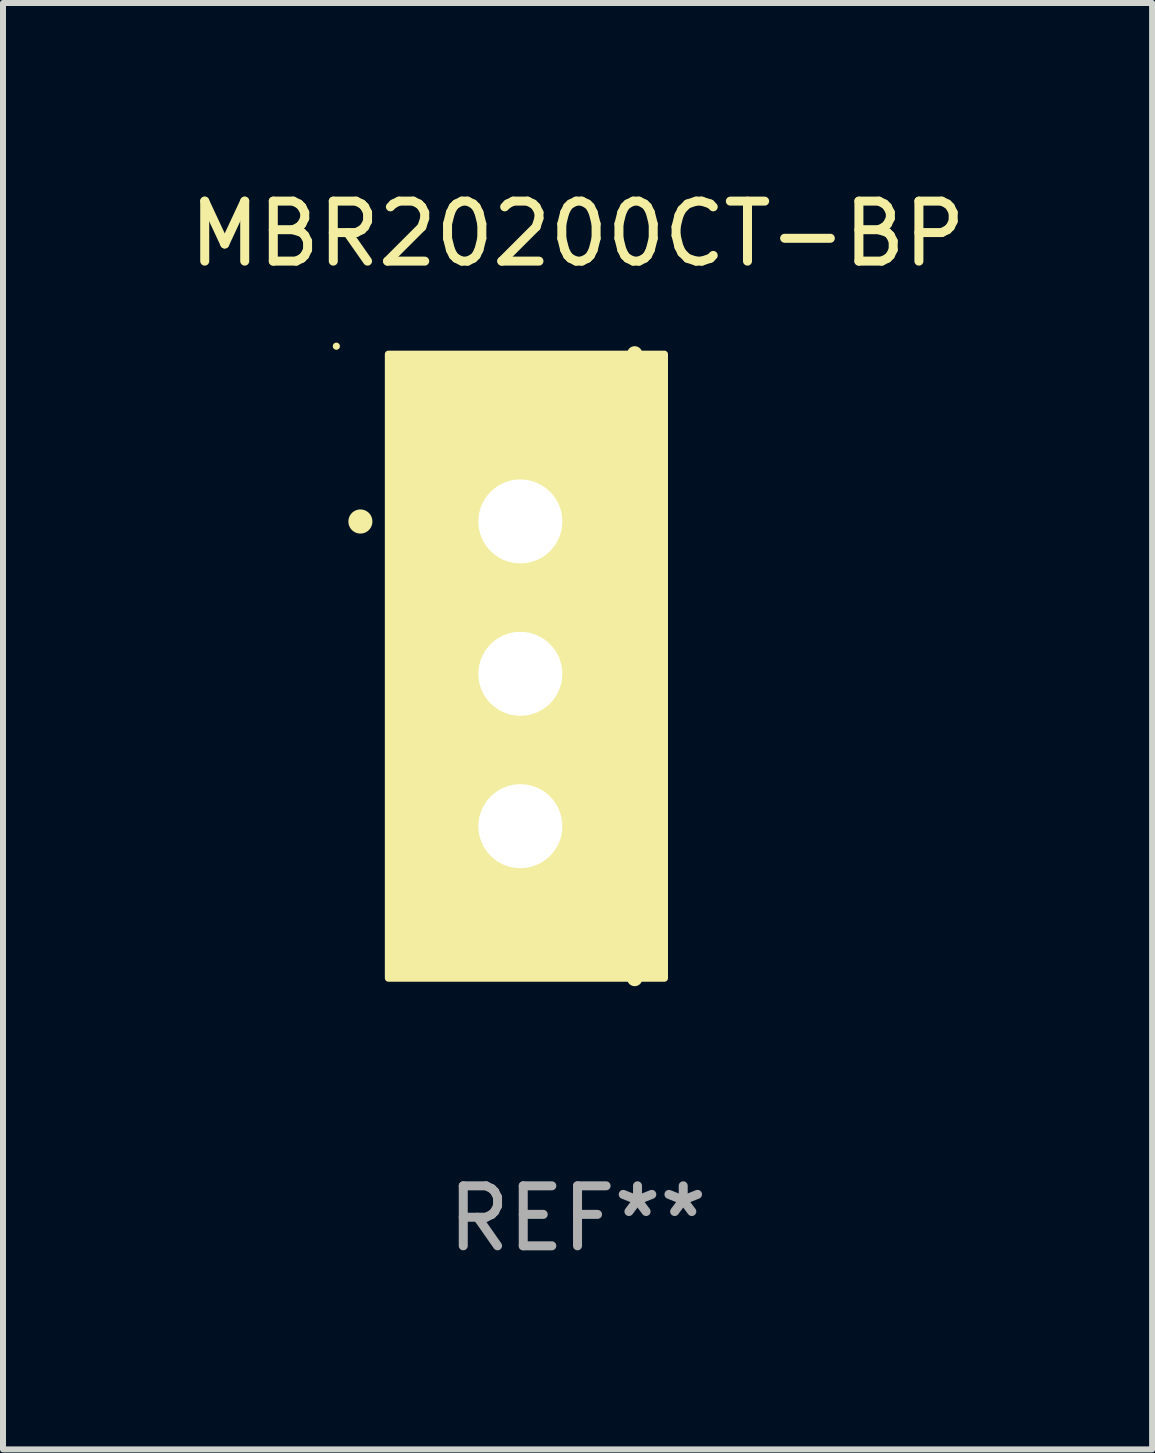
<source format=kicad_pcb>
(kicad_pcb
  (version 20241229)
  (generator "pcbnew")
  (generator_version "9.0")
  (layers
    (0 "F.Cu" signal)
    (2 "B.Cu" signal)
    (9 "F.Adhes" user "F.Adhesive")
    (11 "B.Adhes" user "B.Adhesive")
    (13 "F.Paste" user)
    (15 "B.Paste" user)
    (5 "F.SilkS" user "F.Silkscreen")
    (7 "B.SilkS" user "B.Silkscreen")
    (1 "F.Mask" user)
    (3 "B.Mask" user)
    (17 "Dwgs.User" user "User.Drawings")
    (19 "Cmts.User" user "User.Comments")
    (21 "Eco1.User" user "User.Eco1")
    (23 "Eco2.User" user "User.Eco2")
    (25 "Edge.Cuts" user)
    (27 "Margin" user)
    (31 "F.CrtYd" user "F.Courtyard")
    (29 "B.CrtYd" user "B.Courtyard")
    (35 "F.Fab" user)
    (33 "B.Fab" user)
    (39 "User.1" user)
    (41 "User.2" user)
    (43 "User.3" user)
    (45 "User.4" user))
  (footprint "MBR20200CT-BP"
    (layer "F.Cu")
    (at 6.577 8.055)
    (property "Reference" "MBR20200CT-BP" (at 0 -7.207 0) (layer "F.SilkS") (effects (font (size 1 1) (thickness 0.15))))
    (attr through_hole)
    (fp_line (start 0.953 5.207) (end 0.953 -5.207) (stroke (width 0.254) (type solid)) (layer "F.SilkS"))
    (fp_arc (start -3.619507 -2.410465) (mid -3.619511 -2.411735) (end -3.619507 -2.413005) (stroke (width 0.4) (type solid)) (layer "F.SilkS"))
    (fp_circle (center -4.02 -5.334) (end -3.99 -5.334) (stroke (width 0.06) (type solid)) (fill no) (layer "F.SilkS"))
    (fp_poly (pts (xy -3.152 -5.2) (xy 1.448 -5.2) (xy 1.448 5.2) (xy -3.152 5.2)) (stroke (width 0.12) (type solid)) (fill yes) (layer "F.SilkS"))
    (fp_text user "REF**" (at 0 9.207 0) (layer "F.Fab") (effects (font (size 1 1) (thickness 0.15))))
    (pad "1" thru_hole rect (at -0.953 -2.413 270) (size 2 2.5) (drill 1.4) (layers "*.Cu" "*.Mask"))
    (pad "2" thru_hole oval (at -0.953 0.127 270) (size 2 2.5) (drill 1.4) (layers "*.Cu" "*.Mask"))
    (pad "3" thru_hole oval (at -0.953 2.667 270) (size 2 2.5) (drill 1.4) (layers "*.Cu" "*.Mask")))
  (gr_rect
    (start -3 -3)
    (end 16.155 21.111)
    (stroke (width 0.1) (type default))
    (fill no)
    (layer "Edge.Cuts")))
</source>
